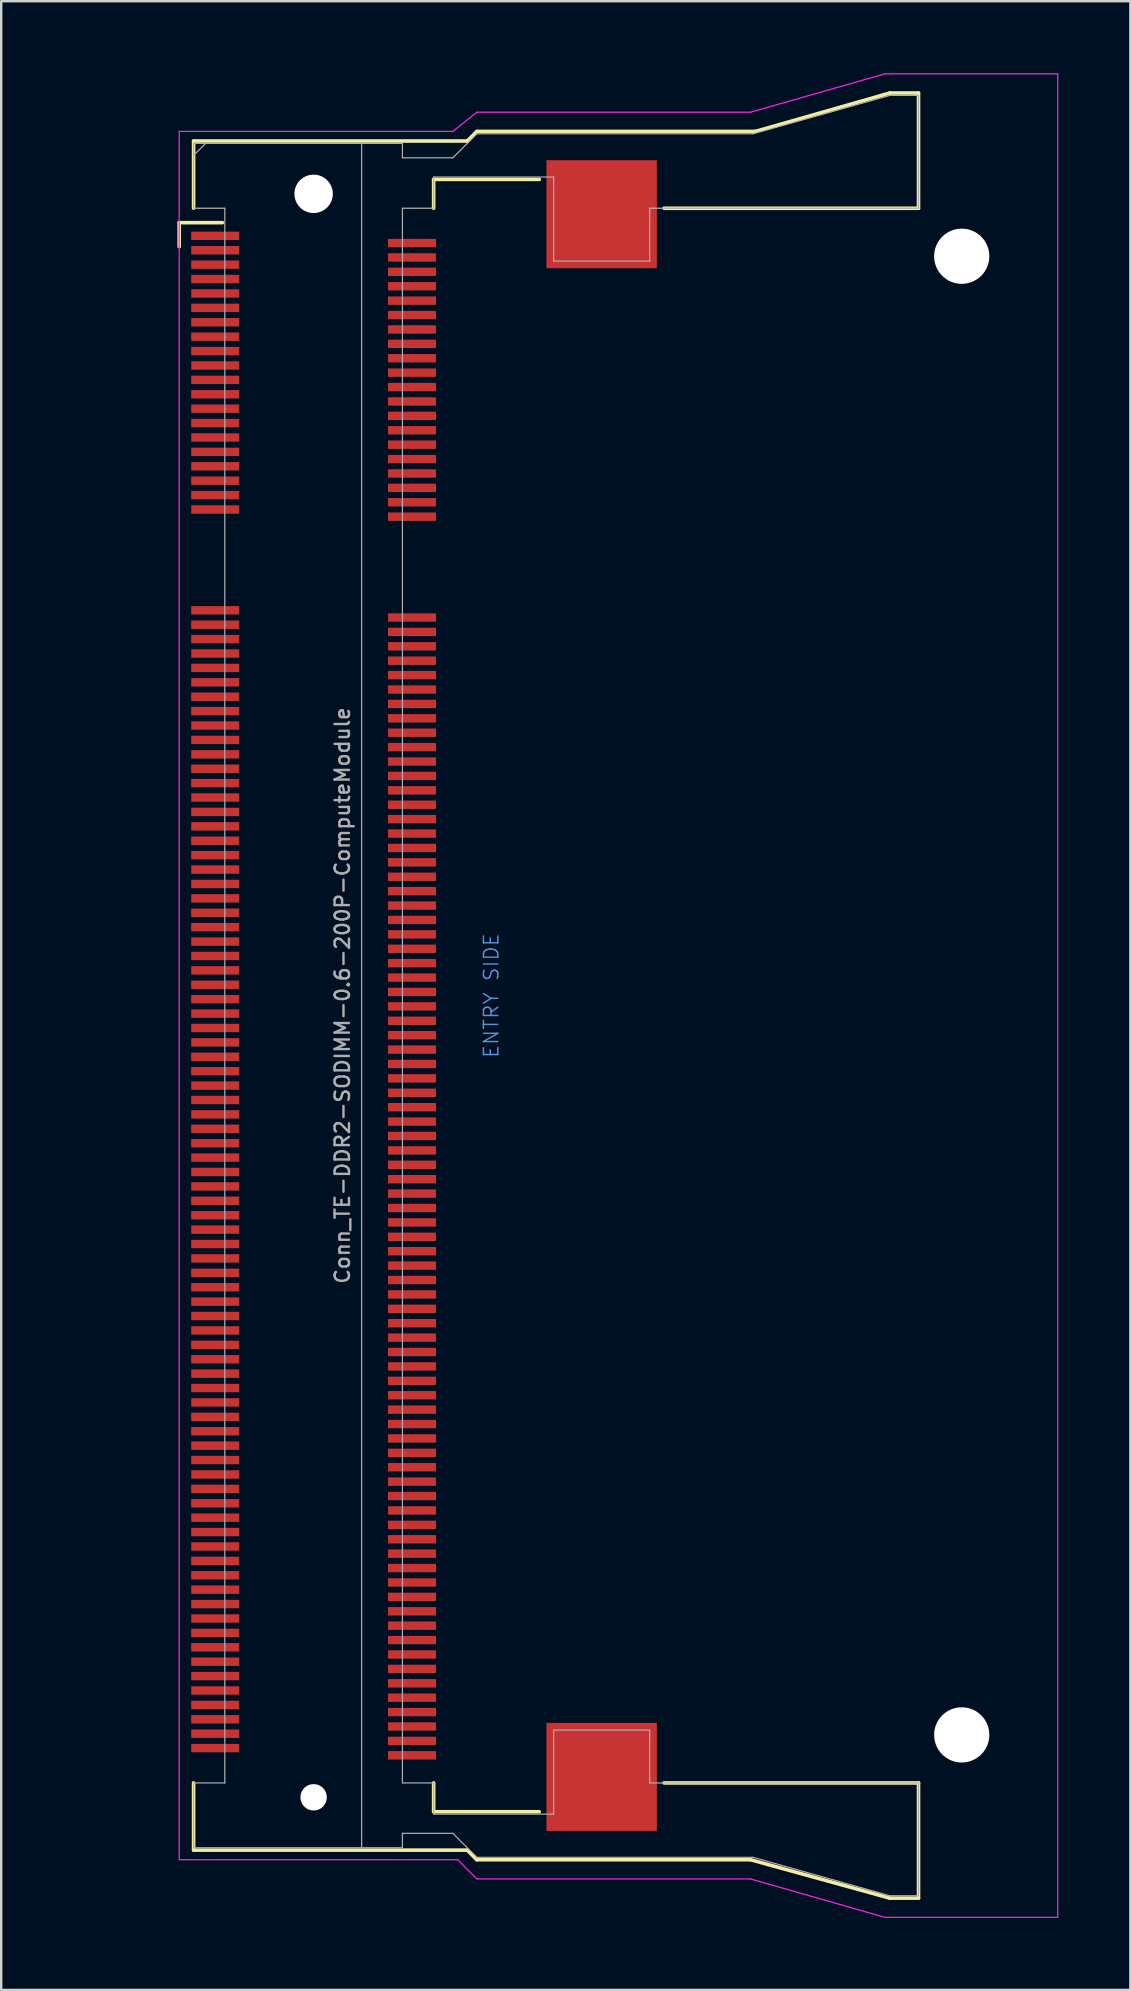
<source format=kicad_pcb>
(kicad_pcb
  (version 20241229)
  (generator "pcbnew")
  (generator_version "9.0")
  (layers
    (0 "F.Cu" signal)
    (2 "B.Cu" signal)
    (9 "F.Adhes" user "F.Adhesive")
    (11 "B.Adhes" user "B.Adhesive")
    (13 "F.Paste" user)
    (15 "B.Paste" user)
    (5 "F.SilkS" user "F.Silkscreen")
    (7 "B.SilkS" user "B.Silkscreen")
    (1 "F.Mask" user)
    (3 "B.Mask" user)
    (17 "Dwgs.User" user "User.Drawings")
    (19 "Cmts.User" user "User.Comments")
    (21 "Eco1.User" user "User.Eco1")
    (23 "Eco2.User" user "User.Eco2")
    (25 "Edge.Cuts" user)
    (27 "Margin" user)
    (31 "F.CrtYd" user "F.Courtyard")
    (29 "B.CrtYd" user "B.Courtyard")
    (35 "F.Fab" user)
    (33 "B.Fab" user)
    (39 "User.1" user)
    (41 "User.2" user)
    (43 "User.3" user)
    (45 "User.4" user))
  (footprint "Conn_TE-DDR2-SODIMM-0.6-200P-ComputeModule"
    (layer "F.Cu")
    (at 10.015 38.425)
    (property "Reference" "Conn_TE-DDR2-SODIMM-0.6-200P-ComputeModule" (at 1.2 0 90) (layer "F.Fab") (effects (font (size 0.6 0.6) (thickness 0.1))))
    (attr smd)
    (fp_line (start -5.6 -32.2) (end -3.8 -32.2) (stroke (width 0.15) (type solid)) (layer "F.SilkS"))
    (fp_line (start -5.6 -31.2) (end -5.6 -32.2) (stroke (width 0.15) (type solid)) (layer "F.SilkS"))
    (fp_line (start -5 -35.6) (end 6.4 -35.6) (stroke (width 0.15) (type solid)) (layer "F.SilkS"))
    (fp_line (start -5 -32.8) (end -5 -35.6) (stroke (width 0.15) (type solid)) (layer "F.SilkS"))
    (fp_line (start -5 32.8) (end -5 35.6) (stroke (width 0.15) (type solid)) (layer "F.SilkS"))
    (fp_line (start -5 35.6) (end 6.4 35.6) (stroke (width 0.15) (type solid)) (layer "F.SilkS"))
    (fp_line (start 5 -34) (end 9.4 -34) (stroke (width 0.15) (type solid)) (layer "F.SilkS"))
    (fp_line (start 5 -32.8) (end 5 -34) (stroke (width 0.15) (type solid)) (layer "F.SilkS"))
    (fp_line (start 5 34) (end 5 32.8) (stroke (width 0.15) (type solid)) (layer "F.SilkS"))
    (fp_line (start 6.4 -35.6) (end 6.8 -36) (stroke (width 0.15) (type solid)) (layer "F.SilkS"))
    (fp_line (start 6.4 35.6) (end 6.8 36) (stroke (width 0.15) (type solid)) (layer "F.SilkS"))
    (fp_line (start 6.8 -36) (end 18.4 -36) (stroke (width 0.15) (type solid)) (layer "F.SilkS"))
    (fp_line (start 6.8 36) (end 18.2 36) (stroke (width 0.15) (type solid)) (layer "F.SilkS"))
    (fp_line (start 9.4 34) (end 5 34) (stroke (width 0.15) (type solid)) (layer "F.SilkS"))
    (fp_line (start 14.6 -32.8) (end 25.2 -32.8) (stroke (width 0.15) (type solid)) (layer "F.SilkS"))
    (fp_line (start 14.6 32.8) (end 25.2 32.8) (stroke (width 0.15) (type solid)) (layer "F.SilkS"))
    (fp_line (start 18.2 36) (end 24 37.6) (stroke (width 0.15) (type solid)) (layer "F.SilkS"))
    (fp_line (start 18.4 -36) (end 24 -37.6) (stroke (width 0.15) (type solid)) (layer "F.SilkS"))
    (fp_line (start 24 -37.6) (end 25.2 -37.6) (stroke (width 0.15) (type solid)) (layer "F.SilkS"))
    (fp_line (start 24 37.6) (end 25.2 37.6) (stroke (width 0.15) (type solid)) (layer "F.SilkS"))
    (fp_line (start 25.2 -37.6) (end 25.2 -32.8) (stroke (width 0.15) (type solid)) (layer "F.SilkS"))
    (fp_line (start 25.2 37.6) (end 25.2 32.8) (stroke (width 0.15) (type solid)) (layer "F.SilkS"))
    (fp_line (start -5.6 -36) (end -5.6 36) (stroke (width 0.05) (type solid)) (layer "F.CrtYd"))
    (fp_line (start -5.6 -36) (end 5.8 -36) (stroke (width 0.05) (type solid)) (layer "F.CrtYd"))
    (fp_line (start -5.6 36) (end 6 36) (stroke (width 0.05) (type solid)) (layer "F.CrtYd"))
    (fp_line (start 6 36) (end 6.8 36.8) (stroke (width 0.05) (type solid)) (layer "F.CrtYd"))
    (fp_line (start 6.8 -36.8) (end 5.8 -36) (stroke (width 0.05) (type solid)) (layer "F.CrtYd"))
    (fp_line (start 6.8 36.8) (end 18.2 36.8) (stroke (width 0.05) (type solid)) (layer "F.CrtYd"))
    (fp_line (start 18.2 -36.8) (end 6.8 -36.8) (stroke (width 0.05) (type solid)) (layer "F.CrtYd"))
    (fp_line (start 18.2 36.8) (end 23.8 38.4) (stroke (width 0.05) (type solid)) (layer "F.CrtYd"))
    (fp_line (start 23.8 -38.4) (end 18.2 -36.8) (stroke (width 0.05) (type solid)) (layer "F.CrtYd"))
    (fp_line (start 23.8 38.4) (end 31 38.4) (stroke (width 0.05) (type solid)) (layer "F.CrtYd"))
    (fp_line (start 31 -38.4) (end 23.8 -38.4) (stroke (width 0.05) (type solid)) (layer "F.CrtYd"))
    (fp_line (start 31 38.4) (end 31 -38.4) (stroke (width 0.05) (type solid)) (layer "F.CrtYd"))
    (fp_line (start -5 -35.5) (end -5 -32.8) (stroke (width 0.05) (type solid)) (layer "F.Fab"))
    (fp_line (start -5 -35.5) (end 2 -35.5) (stroke (width 0.05) (type solid)) (layer "F.Fab"))
    (fp_line (start -5 -35) (end -4.5 -35.5) (stroke (width 0.05) (type solid)) (layer "F.Fab"))
    (fp_line (start -5 -32.8) (end -3.7 -32.8) (stroke (width 0.05) (type solid)) (layer "F.Fab"))
    (fp_line (start -5 32.8) (end -3.7 32.8) (stroke (width 0.05) (type solid)) (layer "F.Fab"))
    (fp_line (start -5 35.5) (end -5 32.8) (stroke (width 0.05) (type solid)) (layer "F.Fab"))
    (fp_line (start -3.7 32.8) (end -3.7 -32.8) (stroke (width 0.05) (type solid)) (layer "F.Fab"))
    (fp_line (start 2 -35.5) (end 2 35.5) (stroke (width 0.05) (type solid)) (layer "F.Fab"))
    (fp_line (start 2 35.5) (end -5 35.5) (stroke (width 0.05) (type solid)) (layer "F.Fab"))
    (fp_line (start 3.7 -35.5) (end 2 -35.5) (stroke (width 0.05) (type solid)) (layer "F.Fab"))
    (fp_line (start 3.7 -35.5) (end 3.7 -34.9) (stroke (width 0.05) (type solid)) (layer "F.Fab"))
    (fp_line (start 3.7 -32.8) (end 3.7 32.8) (stroke (width 0.05) (type solid)) (layer "F.Fab"))
    (fp_line (start 3.7 -32.8) (end 5 -32.8) (stroke (width 0.05) (type solid)) (layer "F.Fab"))
    (fp_line (start 3.7 34.9) (end 3.7 35.5) (stroke (width 0.05) (type solid)) (layer "F.Fab"))
    (fp_line (start 3.7 34.9) (end 5.8 34.9) (stroke (width 0.05) (type solid)) (layer "F.Fab"))
    (fp_line (start 3.7 35.5) (end 2 35.5) (stroke (width 0.05) (type solid)) (layer "F.Fab"))
    (fp_line (start 5 -34.1) (end 10 -34.1) (stroke (width 0.05) (type solid)) (layer "F.Fab"))
    (fp_line (start 5 -32.8) (end 5 -34.1) (stroke (width 0.05) (type solid)) (layer "F.Fab"))
    (fp_line (start 5 32.8) (end 3.7 32.8) (stroke (width 0.05) (type solid)) (layer "F.Fab"))
    (fp_line (start 5 34.1) (end 5 32.8) (stroke (width 0.05) (type solid)) (layer "F.Fab"))
    (fp_line (start 5 34.1) (end 10 34.1) (stroke (width 0.05) (type solid)) (layer "F.Fab"))
    (fp_line (start 5.8 -34.9) (end 3.7 -34.9) (stroke (width 0.05) (type solid)) (layer "F.Fab"))
    (fp_line (start 5.8 -34.9) (end 6.8 -35.9) (stroke (width 0.05) (type solid)) (layer "F.Fab"))
    (fp_line (start 5.8 34.9) (end 6.8 35.9) (stroke (width 0.05) (type solid)) (layer "F.Fab"))
    (fp_line (start 6.8 -35.9) (end 18.3 -35.9) (stroke (width 0.05) (type solid)) (layer "F.Fab"))
    (fp_line (start 10 -34.1) (end 10 -30.6) (stroke (width 0.05) (type solid)) (layer "F.Fab"))
    (fp_line (start 10 -30.6) (end 14 -30.6) (stroke (width 0.05) (type solid)) (layer "F.Fab"))
    (fp_line (start 10 30.6) (end 14 30.6) (stroke (width 0.05) (type solid)) (layer "F.Fab"))
    (fp_line (start 10 34.1) (end 10 30.6) (stroke (width 0.05) (type solid)) (layer "F.Fab"))
    (fp_line (start 14 -32.8) (end 25.2 -32.8) (stroke (width 0.05) (type solid)) (layer "F.Fab"))
    (fp_line (start 14 -30.6) (end 14 -32.8) (stroke (width 0.05) (type solid)) (layer "F.Fab"))
    (fp_line (start 14 30.6) (end 14 32.8) (stroke (width 0.05) (type solid)) (layer "F.Fab"))
    (fp_line (start 14 32.8) (end 25.2 32.8) (stroke (width 0.05) (type solid)) (layer "F.Fab"))
    (fp_line (start 18.3 35.9) (end 6.8 35.9) (stroke (width 0.05) (type solid)) (layer "F.Fab"))
    (fp_line (start 18.3 35.9) (end 24 37.5) (stroke (width 0.05) (type solid)) (layer "F.Fab"))
    (fp_line (start 24 -37.5) (end 18.3 -35.9) (stroke (width 0.05) (type solid)) (layer "F.Fab"))
    (fp_line (start 25.2 -37.5) (end 24 -37.5) (stroke (width 0.05) (type solid)) (layer "F.Fab"))
    (fp_line (start 25.2 -32.8) (end 25.2 -37.5) (stroke (width 0.05) (type solid)) (layer "F.Fab"))
    (fp_line (start 25.2 37.5) (end 24 37.5) (stroke (width 0.05) (type solid)) (layer "F.Fab"))
    (fp_line (start 25.2 37.5) (end 25.2 32.8) (stroke (width 0.05) (type solid)) (layer "F.Fab"))
    (fp_text user "ENTRY SIDE" (at 7.4 0 90) (layer "Cmts.User") (effects (font (size 0.6 0.6) (thickness 0.06))))
    (fp_text user "${REFERENCE}" (at -4 -35 0) (layer "Eco1.User") (effects (font (size 0.3 0.3) (thickness 0.03))))
    (pad "" np_thru_hole circle (at 0 -33.4) (size 1.6 1.6) (drill 1.6) (layers "*.Cu"))
    (pad "" np_thru_hole circle (at 0 33.4) (size 1.1 1.1) (drill 1.1) (layers "*.Cu"))
    (pad "" smd rect (at 12 -32.55) (size 4.6 4.5) (layers "F.Cu" "F.Mask" "F.Paste"))
    (pad "" smd rect (at 12 32.55) (size 4.6 4.5) (layers "F.Cu" "F.Mask" "F.Paste"))
    (pad "" np_thru_hole circle (at 27 -30.8) (size 2.3 2.3) (drill 2.3) (layers "*.Cu" "*.Mask"))
    (pad "" np_thru_hole circle (at 27 30.8) (size 2.3 2.3) (drill 2.3) (layers "*.Cu" "*.Mask"))
    (pad "1" smd rect (at -4.1 -31.65) (size 2 0.35) (layers "F.Cu" "F.Mask" "F.Paste"))
    (pad "2" smd rect (at 4.1 -31.35) (size 2 0.35) (layers "F.Cu" "F.Mask" "F.Paste"))
    (pad "3" smd rect (at -4.1 -31.05) (size 2 0.35) (layers "F.Cu" "F.Mask" "F.Paste"))
    (pad "4" smd rect (at 4.1 -30.75) (size 2 0.35) (layers "F.Cu" "F.Mask" "F.Paste"))
    (pad "5" smd rect (at -4.1 -30.45) (size 2 0.35) (layers "F.Cu" "F.Mask" "F.Paste"))
    (pad "6" smd rect (at 4.1 -30.15) (size 2 0.35) (layers "F.Cu" "F.Mask" "F.Paste"))
    (pad "7" smd rect (at -4.1 -29.85) (size 2 0.35) (layers "F.Cu" "F.Mask" "F.Paste"))
    (pad "8" smd rect (at 4.1 -29.55) (size 2 0.35) (layers "F.Cu" "F.Mask" "F.Paste"))
    (pad "9" smd rect (at -4.1 -29.25) (size 2 0.35) (layers "F.Cu" "F.Mask" "F.Paste"))
    (pad "10" smd rect (at 4.1 -28.95) (size 2 0.35) (layers "F.Cu" "F.Mask" "F.Paste"))
    (pad "11" smd rect (at -4.1 -28.65) (size 2 0.35) (layers "F.Cu" "F.Mask" "F.Paste"))
    (pad "12" smd rect (at 4.1 -28.35) (size 2 0.35) (layers "F.Cu" "F.Mask" "F.Paste"))
    (pad "13" smd rect (at -4.1 -28.05) (size 2 0.35) (layers "F.Cu" "F.Mask" "F.Paste"))
    (pad "14" smd rect (at 4.1 -27.75) (size 2 0.35) (layers "F.Cu" "F.Mask" "F.Paste"))
    (pad "15" smd rect (at -4.1 -27.45) (size 2 0.35) (layers "F.Cu" "F.Mask" "F.Paste"))
    (pad "16" smd rect (at 4.1 -27.15) (size 2 0.35) (layers "F.Cu" "F.Mask" "F.Paste"))
    (pad "17" smd rect (at -4.1 -26.85) (size 2 0.35) (layers "F.Cu" "F.Mask" "F.Paste"))
    (pad "18" smd rect (at 4.1 -26.55) (size 2 0.35) (layers "F.Cu" "F.Mask" "F.Paste"))
    (pad "19" smd rect (at -4.1 -26.25) (size 2 0.35) (layers "F.Cu" "F.Mask" "F.Paste"))
    (pad "20" smd rect (at 4.1 -25.95) (size 2 0.35) (layers "F.Cu" "F.Mask" "F.Paste"))
    (pad "21" smd rect (at -4.1 -25.65) (size 2 0.35) (layers "F.Cu" "F.Mask" "F.Paste"))
    (pad "22" smd rect (at 4.1 -25.35) (size 2 0.35) (layers "F.Cu" "F.Mask" "F.Paste"))
    (pad "23" smd rect (at -4.1 -25.05) (size 2 0.35) (layers "F.Cu" "F.Mask" "F.Paste"))
    (pad "24" smd rect (at 4.1 -24.75) (size 2 0.35) (layers "F.Cu" "F.Mask" "F.Paste"))
    (pad "25" smd rect (at -4.1 -24.45) (size 2 0.35) (layers "F.Cu" "F.Mask" "F.Paste"))
    (pad "26" smd rect (at 4.1 -24.15) (size 2 0.35) (layers "F.Cu" "F.Mask" "F.Paste"))
    (pad "27" smd rect (at -4.1 -23.85) (size 2 0.35) (layers "F.Cu" "F.Mask" "F.Paste"))
    (pad "28" smd rect (at 4.1 -23.55) (size 2 0.35) (layers "F.Cu" "F.Mask" "F.Paste"))
    (pad "29" smd rect (at -4.1 -23.25) (size 2 0.35) (layers "F.Cu" "F.Mask" "F.Paste"))
    (pad "30" smd rect (at 4.1 -22.95) (size 2 0.35) (layers "F.Cu" "F.Mask" "F.Paste"))
    (pad "31" smd rect (at -4.1 -22.65) (size 2 0.35) (layers "F.Cu" "F.Mask" "F.Paste"))
    (pad "32" smd rect (at 4.1 -22.35) (size 2 0.35) (layers "F.Cu" "F.Mask" "F.Paste"))
    (pad "33" smd rect (at -4.1 -22.05) (size 2 0.35) (layers "F.Cu" "F.Mask" "F.Paste"))
    (pad "34" smd rect (at 4.1 -21.75) (size 2 0.35) (layers "F.Cu" "F.Mask" "F.Paste"))
    (pad "35" smd rect (at -4.1 -21.45) (size 2 0.35) (layers "F.Cu" "F.Mask" "F.Paste"))
    (pad "36" smd rect (at 4.1 -21.15) (size 2 0.35) (layers "F.Cu" "F.Mask" "F.Paste"))
    (pad "37" smd rect (at -4.1 -20.85) (size 2 0.35) (layers "F.Cu" "F.Mask" "F.Paste"))
    (pad "38" smd rect (at 4.1 -20.55) (size 2 0.35) (layers "F.Cu" "F.Mask" "F.Paste"))
    (pad "39" smd rect (at -4.1 -20.25) (size 2 0.35) (layers "F.Cu" "F.Mask" "F.Paste"))
    (pad "40" smd rect (at 4.1 -19.95) (size 2 0.35) (layers "F.Cu" "F.Mask" "F.Paste"))
    (pad "41" smd rect (at -4.1 -16.05) (size 2 0.35) (layers "F.Cu" "F.Mask" "F.Paste"))
    (pad "42" smd rect (at 4.1 -15.75) (size 2 0.35) (layers "F.Cu" "F.Mask" "F.Paste"))
    (pad "43" smd rect (at -4.1 -15.45) (size 2 0.35) (layers "F.Cu" "F.Mask" "F.Paste"))
    (pad "44" smd rect (at 4.1 -15.15) (size 2 0.35) (layers "F.Cu" "F.Mask" "F.Paste"))
    (pad "45" smd rect (at -4.1 -14.85) (size 2 0.35) (layers "F.Cu" "F.Mask" "F.Paste"))
    (pad "46" smd rect (at 4.1 -14.55) (size 2 0.35) (layers "F.Cu" "F.Mask" "F.Paste"))
    (pad "47" smd rect (at -4.1 -14.25) (size 2 0.35) (layers "F.Cu" "F.Mask" "F.Paste"))
    (pad "48" smd rect (at 4.1 -13.95) (size 2 0.35) (layers "F.Cu" "F.Mask" "F.Paste"))
    (pad "49" smd rect (at -4.1 -13.65) (size 2 0.35) (layers "F.Cu" "F.Mask" "F.Paste"))
    (pad "50" smd rect (at 4.1 -13.35) (size 2 0.35) (layers "F.Cu" "F.Mask" "F.Paste"))
    (pad "51" smd rect (at -4.1 -13.05) (size 2 0.35) (layers "F.Cu" "F.Mask" "F.Paste"))
    (pad "52" smd rect (at 4.1 -12.75) (size 2 0.35) (layers "F.Cu" "F.Mask" "F.Paste"))
    (pad "53" smd rect (at -4.1 -12.45) (size 2 0.35) (layers "F.Cu" "F.Mask" "F.Paste"))
    (pad "54" smd rect (at 4.1 -12.15) (size 2 0.35) (layers "F.Cu" "F.Mask" "F.Paste"))
    (pad "55" smd rect (at -4.1 -11.85) (size 2 0.35) (layers "F.Cu" "F.Mask" "F.Paste"))
    (pad "56" smd rect (at 4.1 -11.55) (size 2 0.35) (layers "F.Cu" "F.Mask" "F.Paste"))
    (pad "57" smd rect (at -4.1 -11.25) (size 2 0.35) (layers "F.Cu" "F.Mask" "F.Paste"))
    (pad "58" smd rect (at 4.1 -10.95) (size 2 0.35) (layers "F.Cu" "F.Mask" "F.Paste"))
    (pad "59" smd rect (at -4.1 -10.65) (size 2 0.35) (layers "F.Cu" "F.Mask" "F.Paste"))
    (pad "60" smd rect (at 4.1 -10.35) (size 2 0.35) (layers "F.Cu" "F.Mask" "F.Paste"))
    (pad "61" smd rect (at -4.1 -10.05) (size 2 0.35) (layers "F.Cu" "F.Mask" "F.Paste"))
    (pad "62" smd rect (at 4.1 -9.75) (size 2 0.35) (layers "F.Cu" "F.Mask" "F.Paste"))
    (pad "63" smd rect (at -4.1 -9.45) (size 2 0.35) (layers "F.Cu" "F.Mask" "F.Paste"))
    (pad "64" smd rect (at 4.1 -9.15) (size 2 0.35) (layers "F.Cu" "F.Mask" "F.Paste"))
    (pad "65" smd rect (at -4.1 -8.85) (size 2 0.35) (layers "F.Cu" "F.Mask" "F.Paste"))
    (pad "66" smd rect (at 4.1 -8.55) (size 2 0.35) (layers "F.Cu" "F.Mask" "F.Paste"))
    (pad "67" smd rect (at -4.1 -8.25) (size 2 0.35) (layers "F.Cu" "F.Mask" "F.Paste"))
    (pad "68" smd rect (at 4.1 -7.95) (size 2 0.35) (layers "F.Cu" "F.Mask" "F.Paste"))
    (pad "69" smd rect (at -4.1 -7.65) (size 2 0.35) (layers "F.Cu" "F.Mask" "F.Paste"))
    (pad "70" smd rect (at 4.1 -7.35) (size 2 0.35) (layers "F.Cu" "F.Mask" "F.Paste"))
    (pad "71" smd rect (at -4.1 -7.05) (size 2 0.35) (layers "F.Cu" "F.Mask" "F.Paste"))
    (pad "72" smd rect (at 4.1 -6.75) (size 2 0.35) (layers "F.Cu" "F.Mask" "F.Paste"))
    (pad "73" smd rect (at -4.1 -6.45) (size 2 0.35) (layers "F.Cu" "F.Mask" "F.Paste"))
    (pad "74" smd rect (at 4.1 -6.15) (size 2 0.35) (layers "F.Cu" "F.Mask" "F.Paste"))
    (pad "75" smd rect (at -4.1 -5.85) (size 2 0.35) (layers "F.Cu" "F.Mask" "F.Paste"))
    (pad "76" smd rect (at 4.1 -5.55) (size 2 0.35) (layers "F.Cu" "F.Mask" "F.Paste"))
    (pad "77" smd rect (at -4.1 -5.25) (size 2 0.35) (layers "F.Cu" "F.Mask" "F.Paste"))
    (pad "78" smd rect (at 4.1 -4.95) (size 2 0.35) (layers "F.Cu" "F.Mask" "F.Paste"))
    (pad "79" smd rect (at -4.1 -4.65) (size 2 0.35) (layers "F.Cu" "F.Mask" "F.Paste"))
    (pad "80" smd rect (at 4.1 -4.35) (size 2 0.35) (layers "F.Cu" "F.Mask" "F.Paste"))
    (pad "81" smd rect (at -4.1 -4.05) (size 2 0.35) (layers "F.Cu" "F.Mask" "F.Paste"))
    (pad "82" smd rect (at 4.1 -3.75) (size 2 0.35) (layers "F.Cu" "F.Mask" "F.Paste"))
    (pad "83" smd rect (at -4.1 -3.45) (size 2 0.35) (layers "F.Cu" "F.Mask" "F.Paste"))
    (pad "84" smd rect (at 4.1 -3.15) (size 2 0.35) (layers "F.Cu" "F.Mask" "F.Paste"))
    (pad "85" smd rect (at -4.1 -2.85) (size 2 0.35) (layers "F.Cu" "F.Mask" "F.Paste"))
    (pad "86" smd rect (at 4.1 -2.55) (size 2 0.35) (layers "F.Cu" "F.Mask" "F.Paste"))
    (pad "87" smd rect (at -4.1 -2.25) (size 2 0.35) (layers "F.Cu" "F.Mask" "F.Paste"))
    (pad "88" smd rect (at 4.1 -1.95) (size 2 0.35) (layers "F.Cu" "F.Mask" "F.Paste"))
    (pad "89" smd rect (at -4.1 -1.65) (size 2 0.35) (layers "F.Cu" "F.Mask" "F.Paste"))
    (pad "90" smd rect (at 4.1 -1.35) (size 2 0.35) (layers "F.Cu" "F.Mask" "F.Paste"))
    (pad "91" smd rect (at -4.1 -1.05) (size 2 0.35) (layers "F.Cu" "F.Mask" "F.Paste"))
    (pad "92" smd rect (at 4.1 -0.75) (size 2 0.35) (layers "F.Cu" "F.Mask" "F.Paste"))
    (pad "93" smd rect (at -4.1 -0.45) (size 2 0.35) (layers "F.Cu" "F.Mask" "F.Paste"))
    (pad "94" smd rect (at 4.1 -0.15) (size 2 0.35) (layers "F.Cu" "F.Mask" "F.Paste"))
    (pad "95" smd rect (at -4.1 0.15) (size 2 0.35) (layers "F.Cu" "F.Mask" "F.Paste"))
    (pad "96" smd rect (at 4.1 0.45) (size 2 0.35) (layers "F.Cu" "F.Mask" "F.Paste"))
    (pad "97" smd rect (at -4.1 0.75) (size 2 0.35) (layers "F.Cu" "F.Mask" "F.Paste"))
    (pad "98" smd rect (at 4.1 1.05) (size 2 0.35) (layers "F.Cu" "F.Mask" "F.Paste"))
    (pad "99" smd rect (at -4.1 1.35) (size 2 0.35) (layers "F.Cu" "F.Mask" "F.Paste"))
    (pad "100" smd rect (at 4.1 1.65) (size 2 0.35) (layers "F.Cu" "F.Mask" "F.Paste"))
    (pad "101" smd rect (at -4.1 1.95) (size 2 0.35) (layers "F.Cu" "F.Mask" "F.Paste"))
    (pad "102" smd rect (at 4.1 2.25) (size 2 0.35) (layers "F.Cu" "F.Mask" "F.Paste"))
    (pad "103" smd rect (at -4.1 2.55) (size 2 0.35) (layers "F.Cu" "F.Mask" "F.Paste"))
    (pad "104" smd rect (at 4.1 2.85) (size 2 0.35) (layers "F.Cu" "F.Mask" "F.Paste"))
    (pad "105" smd rect (at -4.1 3.15) (size 2 0.35) (layers "F.Cu" "F.Mask" "F.Paste"))
    (pad "106" smd rect (at 4.1 3.45) (size 2 0.35) (layers "F.Cu" "F.Mask" "F.Paste"))
    (pad "107" smd rect (at -4.1 3.75) (size 2 0.35) (layers "F.Cu" "F.Mask" "F.Paste"))
    (pad "108" smd rect (at 4.1 4.05) (size 2 0.35) (layers "F.Cu" "F.Mask" "F.Paste"))
    (pad "109" smd rect (at -4.1 4.35) (size 2 0.35) (layers "F.Cu" "F.Mask" "F.Paste"))
    (pad "110" smd rect (at 4.1 4.65) (size 2 0.35) (layers "F.Cu" "F.Mask" "F.Paste"))
    (pad "111" smd rect (at -4.1 4.95) (size 2 0.35) (layers "F.Cu" "F.Mask" "F.Paste"))
    (pad "112" smd rect (at 4.1 5.25) (size 2 0.35) (layers "F.Cu" "F.Mask" "F.Paste"))
    (pad "113" smd rect (at -4.1 5.55) (size 2 0.35) (layers "F.Cu" "F.Mask" "F.Paste"))
    (pad "114" smd rect (at 4.1 5.85) (size 2 0.35) (layers "F.Cu" "F.Mask" "F.Paste"))
    (pad "115" smd rect (at -4.1 6.15) (size 2 0.35) (layers "F.Cu" "F.Mask" "F.Paste"))
    (pad "116" smd rect (at 4.1 6.45) (size 2 0.35) (layers "F.Cu" "F.Mask" "F.Paste"))
    (pad "117" smd rect (at -4.1 6.75) (size 2 0.35) (layers "F.Cu" "F.Mask" "F.Paste"))
    (pad "118" smd rect (at 4.1 7.05) (size 2 0.35) (layers "F.Cu" "F.Mask" "F.Paste"))
    (pad "119" smd rect (at -4.1 7.35) (size 2 0.35) (layers "F.Cu" "F.Mask" "F.Paste"))
    (pad "120" smd rect (at 4.1 7.65) (size 2 0.35) (layers "F.Cu" "F.Mask" "F.Paste"))
    (pad "121" smd rect (at -4.1 7.95) (size 2 0.35) (layers "F.Cu" "F.Mask" "F.Paste"))
    (pad "122" smd rect (at 4.1 8.25) (size 2 0.35) (layers "F.Cu" "F.Mask" "F.Paste"))
    (pad "123" smd rect (at -4.1 8.55) (size 2 0.35) (layers "F.Cu" "F.Mask" "F.Paste"))
    (pad "124" smd rect (at 4.1 8.85) (size 2 0.35) (layers "F.Cu" "F.Mask" "F.Paste"))
    (pad "125" smd rect (at -4.1 9.15) (size 2 0.35) (layers "F.Cu" "F.Mask" "F.Paste"))
    (pad "126" smd rect (at 4.1 9.45) (size 2 0.35) (layers "F.Cu" "F.Mask" "F.Paste"))
    (pad "127" smd rect (at -4.1 9.75) (size 2 0.35) (layers "F.Cu" "F.Mask" "F.Paste"))
    (pad "128" smd rect (at 4.1 10.05) (size 2 0.35) (layers "F.Cu" "F.Mask" "F.Paste"))
    (pad "129" smd rect (at -4.1 10.35) (size 2 0.35) (layers "F.Cu" "F.Mask" "F.Paste"))
    (pad "130" smd rect (at 4.1 10.65) (size 2 0.35) (layers "F.Cu" "F.Mask" "F.Paste"))
    (pad "131" smd rect (at -4.1 10.95) (size 2 0.35) (layers "F.Cu" "F.Mask" "F.Paste"))
    (pad "132" smd rect (at 4.1 11.25) (size 2 0.35) (layers "F.Cu" "F.Mask" "F.Paste"))
    (pad "133" smd rect (at -4.1 11.55) (size 2 0.35) (layers "F.Cu" "F.Mask" "F.Paste"))
    (pad "134" smd rect (at 4.1 11.85) (size 2 0.35) (layers "F.Cu" "F.Mask" "F.Paste"))
    (pad "135" smd rect (at -4.1 12.15) (size 2 0.35) (layers "F.Cu" "F.Mask" "F.Paste"))
    (pad "136" smd rect (at 4.1 12.45) (size 2 0.35) (layers "F.Cu" "F.Mask" "F.Paste"))
    (pad "137" smd rect (at -4.1 12.75) (size 2 0.35) (layers "F.Cu" "F.Mask" "F.Paste"))
    (pad "138" smd rect (at 4.1 13.05) (size 2 0.35) (layers "F.Cu" "F.Mask" "F.Paste"))
    (pad "139" smd rect (at -4.1 13.35) (size 2 0.35) (layers "F.Cu" "F.Mask" "F.Paste"))
    (pad "140" smd rect (at 4.1 13.65) (size 2 0.35) (layers "F.Cu" "F.Mask" "F.Paste"))
    (pad "141" smd rect (at -4.1 13.95) (size 2 0.35) (layers "F.Cu" "F.Mask" "F.Paste"))
    (pad "142" smd rect (at 4.1 14.25) (size 2 0.35) (layers "F.Cu" "F.Mask" "F.Paste"))
    (pad "143" smd rect (at -4.1 14.55) (size 2 0.35) (layers "F.Cu" "F.Mask" "F.Paste"))
    (pad "144" smd rect (at 4.1 14.85) (size 2 0.35) (layers "F.Cu" "F.Mask" "F.Paste"))
    (pad "145" smd rect (at -4.1 15.15) (size 2 0.35) (layers "F.Cu" "F.Mask" "F.Paste"))
    (pad "146" smd rect (at 4.1 15.45) (size 2 0.35) (layers "F.Cu" "F.Mask" "F.Paste"))
    (pad "147" smd rect (at -4.1 15.75) (size 2 0.35) (layers "F.Cu" "F.Mask" "F.Paste"))
    (pad "148" smd rect (at 4.1 16.05) (size 2 0.35) (layers "F.Cu" "F.Mask" "F.Paste"))
    (pad "149" smd rect (at -4.1 16.35) (size 2 0.35) (layers "F.Cu" "F.Mask" "F.Paste"))
    (pad "150" smd rect (at 4.1 16.65) (size 2 0.35) (layers "F.Cu" "F.Mask" "F.Paste"))
    (pad "151" smd rect (at -4.1 16.95) (size 2 0.35) (layers "F.Cu" "F.Mask" "F.Paste"))
    (pad "152" smd rect (at 4.1 17.25) (size 2 0.35) (layers "F.Cu" "F.Mask" "F.Paste"))
    (pad "153" smd rect (at -4.1 17.55) (size 2 0.35) (layers "F.Cu" "F.Mask" "F.Paste"))
    (pad "154" smd rect (at 4.1 17.85) (size 2 0.35) (layers "F.Cu" "F.Mask" "F.Paste"))
    (pad "155" smd rect (at -4.1 18.15) (size 2 0.35) (layers "F.Cu" "F.Mask" "F.Paste"))
    (pad "156" smd rect (at 4.1 18.45) (size 2 0.35) (layers "F.Cu" "F.Mask" "F.Paste"))
    (pad "157" smd rect (at -4.1 18.75) (size 2 0.35) (layers "F.Cu" "F.Mask" "F.Paste"))
    (pad "158" smd rect (at 4.1 19.05) (size 2 0.35) (layers "F.Cu" "F.Mask" "F.Paste"))
    (pad "159" smd rect (at -4.1 19.35) (size 2 0.35) (layers "F.Cu" "F.Mask" "F.Paste"))
    (pad "160" smd rect (at 4.1 19.65) (size 2 0.35) (layers "F.Cu" "F.Mask" "F.Paste"))
    (pad "161" smd rect (at -4.1 19.95) (size 2 0.35) (layers "F.Cu" "F.Mask" "F.Paste"))
    (pad "162" smd rect (at 4.1 20.25) (size 2 0.35) (layers "F.Cu" "F.Mask" "F.Paste"))
    (pad "163" smd rect (at -4.1 20.55) (size 2 0.35) (layers "F.Cu" "F.Mask" "F.Paste"))
    (pad "164" smd rect (at 4.1 20.85) (size 2 0.35) (layers "F.Cu" "F.Mask" "F.Paste"))
    (pad "165" smd rect (at -4.1 21.15) (size 2 0.35) (layers "F.Cu" "F.Mask" "F.Paste"))
    (pad "166" smd rect (at 4.1 21.45) (size 2 0.35) (layers "F.Cu" "F.Mask" "F.Paste"))
    (pad "167" smd rect (at -4.1 21.75) (size 2 0.35) (layers "F.Cu" "F.Mask" "F.Paste"))
    (pad "168" smd rect (at 4.1 22.05) (size 2 0.35) (layers "F.Cu" "F.Mask" "F.Paste"))
    (pad "169" smd rect (at -4.1 22.35) (size 2 0.35) (layers "F.Cu" "F.Mask" "F.Paste"))
    (pad "170" smd rect (at 4.1 22.65) (size 2 0.35) (layers "F.Cu" "F.Mask" "F.Paste"))
    (pad "171" smd rect (at -4.1 22.95) (size 2 0.35) (layers "F.Cu" "F.Mask" "F.Paste"))
    (pad "172" smd rect (at 4.1 23.25) (size 2 0.35) (layers "F.Cu" "F.Mask" "F.Paste"))
    (pad "173" smd rect (at -4.1 23.55) (size 2 0.35) (layers "F.Cu" "F.Mask" "F.Paste"))
    (pad "174" smd rect (at 4.1 23.85) (size 2 0.35) (layers "F.Cu" "F.Mask" "F.Paste"))
    (pad "175" smd rect (at -4.1 24.15) (size 2 0.35) (layers "F.Cu" "F.Mask" "F.Paste"))
    (pad "176" smd rect (at 4.1 24.45) (size 2 0.35) (layers "F.Cu" "F.Mask" "F.Paste"))
    (pad "177" smd rect (at -4.1 24.75) (size 2 0.35) (layers "F.Cu" "F.Mask" "F.Paste"))
    (pad "178" smd rect (at 4.1 25.05) (size 2 0.35) (layers "F.Cu" "F.Mask" "F.Paste"))
    (pad "179" smd rect (at -4.1 25.35) (size 2 0.35) (layers "F.Cu" "F.Mask" "F.Paste"))
    (pad "180" smd rect (at 4.1 25.65) (size 2 0.35) (layers "F.Cu" "F.Mask" "F.Paste"))
    (pad "181" smd rect (at -4.1 25.95) (size 2 0.35) (layers "F.Cu" "F.Mask" "F.Paste"))
    (pad "182" smd rect (at 4.1 26.25) (size 2 0.35) (layers "F.Cu" "F.Mask" "F.Paste"))
    (pad "183" smd rect (at -4.1 26.55) (size 2 0.35) (layers "F.Cu" "F.Mask" "F.Paste"))
    (pad "184" smd rect (at 4.1 26.85) (size 2 0.35) (layers "F.Cu" "F.Mask" "F.Paste"))
    (pad "185" smd rect (at -4.1 27.15) (size 2 0.35) (layers "F.Cu" "F.Mask" "F.Paste"))
    (pad "186" smd rect (at 4.1 27.45) (size 2 0.35) (layers "F.Cu" "F.Mask" "F.Paste"))
    (pad "187" smd rect (at -4.1 27.75) (size 2 0.35) (layers "F.Cu" "F.Mask" "F.Paste"))
    (pad "188" smd rect (at 4.1 28.05) (size 2 0.35) (layers "F.Cu" "F.Mask" "F.Paste"))
    (pad "189" smd rect (at -4.1 28.35) (size 2 0.35) (layers "F.Cu" "F.Mask" "F.Paste"))
    (pad "190" smd rect (at 4.1 28.65) (size 2 0.35) (layers "F.Cu" "F.Mask" "F.Paste"))
    (pad "191" smd rect (at -4.1 28.95) (size 2 0.35) (layers "F.Cu" "F.Mask" "F.Paste"))
    (pad "192" smd rect (at 4.1 29.25) (size 2 0.35) (layers "F.Cu" "F.Mask" "F.Paste"))
    (pad "193" smd rect (at -4.1 29.55) (size 2 0.35) (layers "F.Cu" "F.Mask" "F.Paste"))
    (pad "194" smd rect (at 4.1 29.85) (size 2 0.35) (layers "F.Cu" "F.Mask" "F.Paste"))
    (pad "195" smd rect (at -4.1 30.15) (size 2 0.35) (layers "F.Cu" "F.Mask" "F.Paste"))
    (pad "196" smd rect (at 4.1 30.45) (size 2 0.35) (layers "F.Cu" "F.Mask" "F.Paste"))
    (pad "197" smd rect (at -4.1 30.75) (size 2 0.35) (layers "F.Cu" "F.Mask" "F.Paste"))
    (pad "198" smd rect (at 4.1 31.05) (size 2 0.35) (layers "F.Cu" "F.Mask" "F.Paste"))
    (pad "199" smd rect (at -4.1 31.35) (size 2 0.35) (layers "F.Cu" "F.Mask" "F.Paste"))
    (pad "200" smd rect (at 4.1 31.65) (size 2 0.35) (layers "F.Cu" "F.Mask" "F.Paste")))
  (gr_rect
    (start -3 -3)
    (end 44.04 79.85)
    (stroke (width 0.1) (type default))
    (fill no)
    (layer "Edge.Cuts")))
</source>
